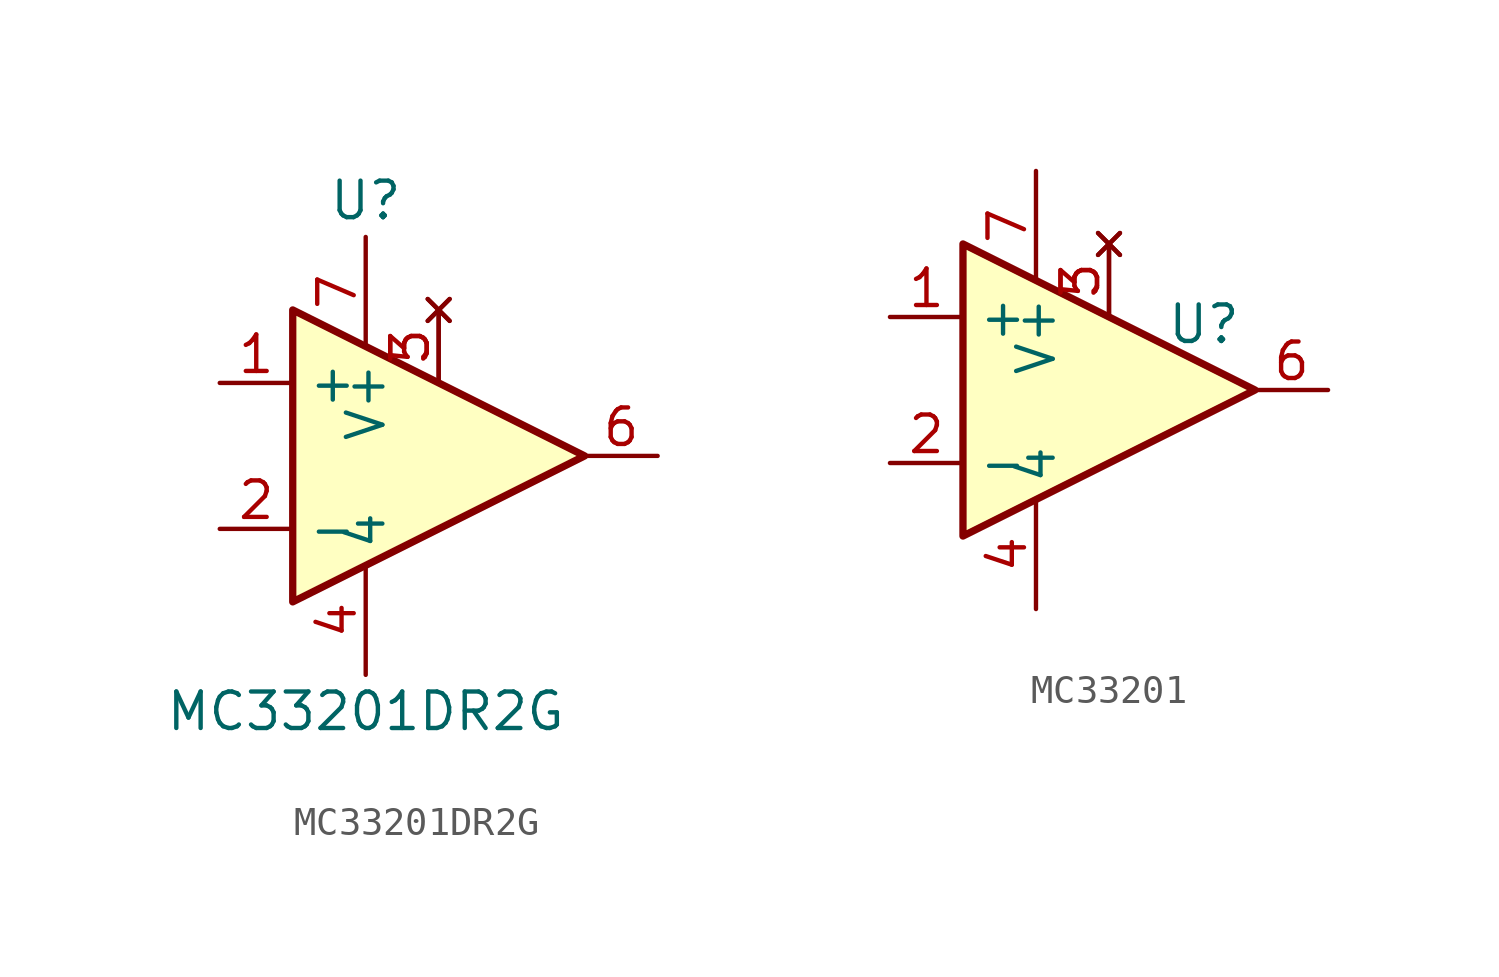
<source format=kicad_sym>
(kicad_symbol_lib
  (version 20231120)
  (generator "kicad_symbol_editor")
  (generator_version "8.0")
  (symbol "MC33201DR2G"
    (property "Reference" "U"
      (at 0 8.89 0)
      (effects (font (size 1.27 1.27))))
    (property "Value" "MC33201DR2G"
      (at 0 -8.89 0)
      (effects (font (size 1.27 1.27))))
    (symbol "MC33201DR2G_0_1"
      (polyline (pts (xy 7.62 0) (xy -2.54 5.08) (xy -2.54 -5.08) (xy 7.62 0)) (stroke (width 0.254) (type default)) (fill (type background))))
    (symbol "MC33201DR2G_1_0"
      (pin no_connect line (at 2.54 5.08 270) (length 2.54) (name "" (effects (font (size 1.27 1.27)))) (number "3" (effects (font (size 1.27 1.27)))))
      (pin no_connect line (at 2.54 5.08 270) (length 2.54) (name "" (effects (font (size 1.27 1.27)))) (number "5" (effects (font (size 1.27 1.27))))))
    (symbol "MC33201DR2G_1_1"
      (pin input line (at -5.08 2.54 0) (length 2.54) (name "+" (effects (font (size 1.27 1.27)))) (number "1" (effects (font (size 1.27 1.27)))))
      (pin input line (at -5.08 -2.54 0) (length 2.54) (name "-" (effects (font (size 1.27 1.27)))) (number "2" (effects (font (size 1.27 1.27)))))
      (pin power_in line (at 0 -7.62 90) (length 3.81) (name "4" (effects (font (size 1.27 1.27)))) (number "4" (effects (font (size 1.27 1.27)))))
      (pin output line (at 10.16 0 180) (length 2.54) (name "~" (effects (font (size 1.27 1.27)))) (number "6" (effects (font (size 1.27 1.27)))))
      (pin power_in line (at 0 7.62 270) (length 3.81) (name "V+" (effects (font (size 1.27 1.27)))) (number "7" (effects (font (size 1.27 1.27)))))))
  (symbol "MC33201"
    (property "Reference" "U"
      (at 7.112 2.286 0)
      (effects (font (size 1.27 1.27))))
    (property "Value" ""
      (at 0 0 0)
      (effects (font (size 1.27 1.27))))
    (symbol "MC33201_0_1"
      (polyline (pts (xy 8.89 0) (xy -1.27 5.08) (xy -1.27 -5.08) (xy 8.89 0)) (stroke (width 0.254) (type default)) (fill (type background))))
    (symbol "MC33201_1_0"
      (pin no_connect line (at 3.81 5.08 270) (length 2.54) (name "" (effects (font (size 1.27 1.27)))) (number "3" (effects (font (size 1.27 1.27)))))
      (pin no_connect line (at 3.81 5.08 270) (length 2.54) (name "" (effects (font (size 1.27 1.27)))) (number "5" (effects (font (size 1.27 1.27))))))
    (symbol "MC33201_1_1"
      (pin input line (at -3.81 2.54 0) (length 2.54) (name "+" (effects (font (size 1.27 1.27)))) (number "1" (effects (font (size 1.27 1.27)))))
      (pin input line (at -3.81 -2.54 0) (length 2.54) (name "-" (effects (font (size 1.27 1.27)))) (number "2" (effects (font (size 1.27 1.27)))))
      (pin power_in line (at 1.27 -7.62 90) (length 3.81) (name "4" (effects (font (size 1.27 1.27)))) (number "4" (effects (font (size 1.27 1.27)))))
      (pin output line (at 11.43 0 180) (length 2.54) (name "~" (effects (font (size 1.27 1.27)))) (number "6" (effects (font (size 1.27 1.27)))))
      (pin power_in line (at 1.27 7.62 270) (length 3.81) (name "V+" (effects (font (size 1.27 1.27)))) (number "7" (effects (font (size 1.27 1.27))))))))
</source>
